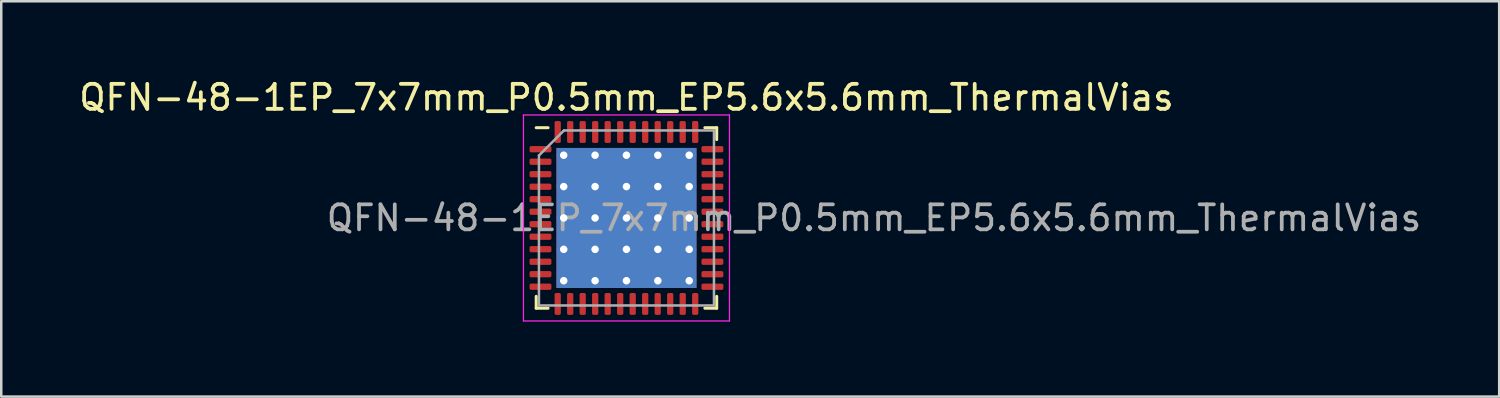
<source format=kicad_pcb>
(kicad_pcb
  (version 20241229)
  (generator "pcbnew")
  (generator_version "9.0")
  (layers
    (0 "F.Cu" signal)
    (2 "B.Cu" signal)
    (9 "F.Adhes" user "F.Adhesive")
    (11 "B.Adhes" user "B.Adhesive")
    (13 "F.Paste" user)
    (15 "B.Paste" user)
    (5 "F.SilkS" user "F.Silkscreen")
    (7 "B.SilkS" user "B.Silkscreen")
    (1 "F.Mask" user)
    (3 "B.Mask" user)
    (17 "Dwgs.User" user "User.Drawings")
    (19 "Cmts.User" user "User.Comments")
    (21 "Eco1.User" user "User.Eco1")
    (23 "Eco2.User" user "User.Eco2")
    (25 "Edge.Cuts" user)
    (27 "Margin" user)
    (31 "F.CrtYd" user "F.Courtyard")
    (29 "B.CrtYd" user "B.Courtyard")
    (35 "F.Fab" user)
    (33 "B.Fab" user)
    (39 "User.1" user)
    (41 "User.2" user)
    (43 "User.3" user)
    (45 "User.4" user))
  (footprint "QFN-48-1EP_7x7mm_P0.5mm_EP5.6x5.6mm_ThermalVias"
    (layer "F.Cu")
    (at 22.006 5.668)
    (property "Reference" "QFN-48-1EP_7x7mm_P0.5mm_EP5.6x5.6mm_ThermalVias" (at 0 -4.82 0) (layer "F.SilkS") (effects (font (size 1 1) (thickness 0.15))))
    (attr smd)
    (fp_line (start -3.61 3.61) (end -3.61 3.135) (stroke (width 0.12) (type solid)) (layer "F.SilkS"))
    (fp_line (start -3.135 -3.61) (end -3.61 -3.61) (stroke (width 0.12) (type solid)) (layer "F.SilkS"))
    (fp_line (start -3.135 3.61) (end -3.61 3.61) (stroke (width 0.12) (type solid)) (layer "F.SilkS"))
    (fp_line (start 3.135 -3.61) (end 3.61 -3.61) (stroke (width 0.12) (type solid)) (layer "F.SilkS"))
    (fp_line (start 3.135 3.61) (end 3.61 3.61) (stroke (width 0.12) (type solid)) (layer "F.SilkS"))
    (fp_line (start 3.61 -3.61) (end 3.61 -3.135) (stroke (width 0.12) (type solid)) (layer "F.SilkS"))
    (fp_line (start 3.61 3.61) (end 3.61 3.135) (stroke (width 0.12) (type solid)) (layer "F.SilkS"))
    (fp_line (start -4.12 -4.12) (end -4.12 4.12) (stroke (width 0.05) (type solid)) (layer "F.CrtYd"))
    (fp_line (start -4.12 4.12) (end 4.12 4.12) (stroke (width 0.05) (type solid)) (layer "F.CrtYd"))
    (fp_line (start 4.12 -4.12) (end -4.12 -4.12) (stroke (width 0.05) (type solid)) (layer "F.CrtYd"))
    (fp_line (start 4.12 4.12) (end 4.12 -4.12) (stroke (width 0.05) (type solid)) (layer "F.CrtYd"))
    (fp_line (start -3.5 -2.5) (end -2.5 -3.5) (stroke (width 0.1) (type solid)) (layer "F.Fab"))
    (fp_line (start -3.5 3.5) (end -3.5 -2.5) (stroke (width 0.1) (type solid)) (layer "F.Fab"))
    (fp_line (start -2.5 -3.5) (end 3.5 -3.5) (stroke (width 0.1) (type solid)) (layer "F.Fab"))
    (fp_line (start 3.5 -3.5) (end 3.5 3.5) (stroke (width 0.1) (type solid)) (layer "F.Fab"))
    (fp_line (start 3.5 3.5) (end -3.5 3.5) (stroke (width 0.1) (type solid)) (layer "F.Fab"))
    (fp_text user "${REFERENCE}" (at 9.9 0 0) (layer "F.Fab") (effects (font (size 1 1) (thickness 0.15))))
    (pad "" smd roundrect (at -1.913 -1.913) (size 0.584 0.584) (layers "F.Paste") (roundrect_rratio 0.231))
    (pad "" smd roundrect (at -1.913 -0.637) (size 0.584 0.584) (layers "F.Paste") (roundrect_rratio 0.231))
    (pad "" smd roundrect (at -1.913 0.637) (size 0.584 0.584) (layers "F.Paste") (roundrect_rratio 0.231))
    (pad "" smd roundrect (at -1.913 1.913) (size 0.584 0.584) (layers "F.Paste") (roundrect_rratio 0.231))
    (pad "" smd roundrect (at -0.637 -1.913) (size 0.584 0.584) (layers "F.Paste") (roundrect_rratio 0.231))
    (pad "" smd roundrect (at -0.637 -0.637) (size 0.584 0.584) (layers "F.Paste") (roundrect_rratio 0.231))
    (pad "" smd roundrect (at -0.637 0.637) (size 0.584 0.584) (layers "F.Paste") (roundrect_rratio 0.231))
    (pad "" smd roundrect (at -0.637 1.913) (size 0.584 0.584) (layers "F.Paste") (roundrect_rratio 0.231))
    (pad "" smd roundrect (at 0.637 -1.913) (size 0.584 0.584) (layers "F.Paste") (roundrect_rratio 0.231))
    (pad "" smd roundrect (at 0.637 -0.637) (size 0.584 0.584) (layers "F.Paste") (roundrect_rratio 0.231))
    (pad "" smd roundrect (at 0.637 0.637) (size 0.584 0.584) (layers "F.Paste") (roundrect_rratio 0.231))
    (pad "" smd roundrect (at 0.637 1.913) (size 0.584 0.584) (layers "F.Paste") (roundrect_rratio 0.231))
    (pad "" smd roundrect (at 1.913 -1.913) (size 0.584 0.584) (layers "F.Paste") (roundrect_rratio 0.231))
    (pad "" smd roundrect (at 1.913 -0.637) (size 0.584 0.584) (layers "F.Paste") (roundrect_rratio 0.231))
    (pad "" smd roundrect (at 1.913 0.637) (size 0.584 0.584) (layers "F.Paste") (roundrect_rratio 0.231))
    (pad "" smd roundrect (at 1.913 1.913) (size 0.584 0.584) (layers "F.Paste") (roundrect_rratio 0.231))
    (pad "1" smd roundrect (at -3.438 -2.75) (size 0.875 0.25) (layers "F.Cu" "F.Mask" "F.Paste") (roundrect_rratio 0.25))
    (pad "2" smd roundrect (at -3.438 -2.25) (size 0.875 0.25) (layers "F.Cu" "F.Mask" "F.Paste") (roundrect_rratio 0.25))
    (pad "3" smd roundrect (at -3.438 -1.75) (size 0.875 0.25) (layers "F.Cu" "F.Mask" "F.Paste") (roundrect_rratio 0.25))
    (pad "4" smd roundrect (at -3.438 -1.25) (size 0.875 0.25) (layers "F.Cu" "F.Mask" "F.Paste") (roundrect_rratio 0.25))
    (pad "5" smd roundrect (at -3.438 -0.75) (size 0.875 0.25) (layers "F.Cu" "F.Mask" "F.Paste") (roundrect_rratio 0.25))
    (pad "6" smd roundrect (at -3.438 -0.25) (size 0.875 0.25) (layers "F.Cu" "F.Mask" "F.Paste") (roundrect_rratio 0.25))
    (pad "7" smd roundrect (at -3.438 0.25) (size 0.875 0.25) (layers "F.Cu" "F.Mask" "F.Paste") (roundrect_rratio 0.25))
    (pad "8" smd roundrect (at -3.438 0.75) (size 0.875 0.25) (layers "F.Cu" "F.Mask" "F.Paste") (roundrect_rratio 0.25))
    (pad "9" smd roundrect (at -3.438 1.25) (size 0.875 0.25) (layers "F.Cu" "F.Mask" "F.Paste") (roundrect_rratio 0.25))
    (pad "10" smd roundrect (at -3.438 1.75) (size 0.875 0.25) (layers "F.Cu" "F.Mask" "F.Paste") (roundrect_rratio 0.25))
    (pad "11" smd roundrect (at -3.438 2.25) (size 0.875 0.25) (layers "F.Cu" "F.Mask" "F.Paste") (roundrect_rratio 0.25))
    (pad "12" smd roundrect (at -3.438 2.75) (size 0.875 0.25) (layers "F.Cu" "F.Mask" "F.Paste") (roundrect_rratio 0.25))
    (pad "13" smd roundrect (at -2.75 3.438) (size 0.25 0.875) (layers "F.Cu" "F.Mask" "F.Paste") (roundrect_rratio 0.25))
    (pad "14" smd roundrect (at -2.25 3.438) (size 0.25 0.875) (layers "F.Cu" "F.Mask" "F.Paste") (roundrect_rratio 0.25))
    (pad "15" smd roundrect (at -1.75 3.438) (size 0.25 0.875) (layers "F.Cu" "F.Mask" "F.Paste") (roundrect_rratio 0.25))
    (pad "16" smd roundrect (at -1.25 3.438) (size 0.25 0.875) (layers "F.Cu" "F.Mask" "F.Paste") (roundrect_rratio 0.25))
    (pad "17" smd roundrect (at -0.75 3.438) (size 0.25 0.875) (layers "F.Cu" "F.Mask" "F.Paste") (roundrect_rratio 0.25))
    (pad "18" smd roundrect (at -0.25 3.438) (size 0.25 0.875) (layers "F.Cu" "F.Mask" "F.Paste") (roundrect_rratio 0.25))
    (pad "19" smd roundrect (at 0.25 3.438) (size 0.25 0.875) (layers "F.Cu" "F.Mask" "F.Paste") (roundrect_rratio 0.25))
    (pad "20" smd roundrect (at 0.75 3.438) (size 0.25 0.875) (layers "F.Cu" "F.Mask" "F.Paste") (roundrect_rratio 0.25))
    (pad "21" smd roundrect (at 1.25 3.438) (size 0.25 0.875) (layers "F.Cu" "F.Mask" "F.Paste") (roundrect_rratio 0.25))
    (pad "22" smd roundrect (at 1.75 3.438) (size 0.25 0.875) (layers "F.Cu" "F.Mask" "F.Paste") (roundrect_rratio 0.25))
    (pad "23" smd roundrect (at 2.25 3.438) (size 0.25 0.875) (layers "F.Cu" "F.Mask" "F.Paste") (roundrect_rratio 0.25))
    (pad "24" smd roundrect (at 2.75 3.438) (size 0.25 0.875) (layers "F.Cu" "F.Mask" "F.Paste") (roundrect_rratio 0.25))
    (pad "25" smd roundrect (at 3.438 2.75) (size 0.875 0.25) (layers "F.Cu" "F.Mask" "F.Paste") (roundrect_rratio 0.25))
    (pad "26" smd roundrect (at 3.438 2.25) (size 0.875 0.25) (layers "F.Cu" "F.Mask" "F.Paste") (roundrect_rratio 0.25))
    (pad "27" smd roundrect (at 3.438 1.75) (size 0.875 0.25) (layers "F.Cu" "F.Mask" "F.Paste") (roundrect_rratio 0.25))
    (pad "28" smd roundrect (at 3.438 1.25) (size 0.875 0.25) (layers "F.Cu" "F.Mask" "F.Paste") (roundrect_rratio 0.25))
    (pad "29" smd roundrect (at 3.438 0.75) (size 0.875 0.25) (layers "F.Cu" "F.Mask" "F.Paste") (roundrect_rratio 0.25))
    (pad "30" smd roundrect (at 3.438 0.25) (size 0.875 0.25) (layers "F.Cu" "F.Mask" "F.Paste") (roundrect_rratio 0.25))
    (pad "31" smd roundrect (at 3.438 -0.25) (size 0.875 0.25) (layers "F.Cu" "F.Mask" "F.Paste") (roundrect_rratio 0.25))
    (pad "32" smd roundrect (at 3.438 -0.75) (size 0.875 0.25) (layers "F.Cu" "F.Mask" "F.Paste") (roundrect_rratio 0.25))
    (pad "33" smd roundrect (at 3.438 -1.25) (size 0.875 0.25) (layers "F.Cu" "F.Mask" "F.Paste") (roundrect_rratio 0.25))
    (pad "34" smd roundrect (at 3.438 -1.75) (size 0.875 0.25) (layers "F.Cu" "F.Mask" "F.Paste") (roundrect_rratio 0.25))
    (pad "35" smd roundrect (at 3.438 -2.25) (size 0.875 0.25) (layers "F.Cu" "F.Mask" "F.Paste") (roundrect_rratio 0.25))
    (pad "36" smd roundrect (at 3.438 -2.75) (size 0.875 0.25) (layers "F.Cu" "F.Mask" "F.Paste") (roundrect_rratio 0.25))
    (pad "37" smd roundrect (at 2.75 -3.438) (size 0.25 0.875) (layers "F.Cu" "F.Mask" "F.Paste") (roundrect_rratio 0.25))
    (pad "38" smd roundrect (at 2.25 -3.438) (size 0.25 0.875) (layers "F.Cu" "F.Mask" "F.Paste") (roundrect_rratio 0.25))
    (pad "39" smd roundrect (at 1.75 -3.438) (size 0.25 0.875) (layers "F.Cu" "F.Mask" "F.Paste") (roundrect_rratio 0.25))
    (pad "40" smd roundrect (at 1.25 -3.438) (size 0.25 0.875) (layers "F.Cu" "F.Mask" "F.Paste") (roundrect_rratio 0.25))
    (pad "41" smd roundrect (at 0.75 -3.438) (size 0.25 0.875) (layers "F.Cu" "F.Mask" "F.Paste") (roundrect_rratio 0.25))
    (pad "42" smd roundrect (at 0.25 -3.438) (size 0.25 0.875) (layers "F.Cu" "F.Mask" "F.Paste") (roundrect_rratio 0.25))
    (pad "43" smd roundrect (at -0.25 -3.438) (size 0.25 0.875) (layers "F.Cu" "F.Mask" "F.Paste") (roundrect_rratio 0.25))
    (pad "44" smd roundrect (at -0.75 -3.438) (size 0.25 0.875) (layers "F.Cu" "F.Mask" "F.Paste") (roundrect_rratio 0.25))
    (pad "45" smd roundrect (at -1.25 -3.438) (size 0.25 0.875) (layers "F.Cu" "F.Mask" "F.Paste") (roundrect_rratio 0.25))
    (pad "46" smd roundrect (at -1.75 -3.438) (size 0.25 0.875) (layers "F.Cu" "F.Mask" "F.Paste") (roundrect_rratio 0.25))
    (pad "47" smd roundrect (at -2.25 -3.438) (size 0.25 0.875) (layers "F.Cu" "F.Mask" "F.Paste") (roundrect_rratio 0.25))
    (pad "48" smd roundrect (at -2.75 -3.438) (size 0.25 0.875) (layers "F.Cu" "F.Mask" "F.Paste") (roundrect_rratio 0.25))
    (pad "49" thru_hole circle (at -2.51 -2.51) (size 0.56 0.56) (drill 0.3) (layers "*.Cu"))
    (pad "49" thru_hole circle (at -2.51 -1.255) (size 0.56 0.56) (drill 0.3) (layers "*.Cu"))
    (pad "49" thru_hole circle (at -2.51 0) (size 0.56 0.56) (drill 0.3) (layers "*.Cu"))
    (pad "49" thru_hole circle (at -2.51 1.255) (size 0.56 0.56) (drill 0.3) (layers "*.Cu"))
    (pad "49" thru_hole circle (at -2.51 2.51) (size 0.56 0.56) (drill 0.3) (layers "*.Cu"))
    (pad "49" thru_hole circle (at -1.255 -2.51) (size 0.56 0.56) (drill 0.3) (layers "*.Cu"))
    (pad "49" thru_hole circle (at -1.255 -1.255) (size 0.56 0.56) (drill 0.3) (layers "*.Cu"))
    (pad "49" thru_hole circle (at -1.255 0 90) (size 0.56 0.56) (drill 0.3) (layers "*.Cu"))
    (pad "49" thru_hole circle (at -1.255 1.255) (size 0.56 0.56) (drill 0.3) (layers "*.Cu"))
    (pad "49" thru_hole circle (at -1.255 2.51) (size 0.56 0.56) (drill 0.3) (layers "*.Cu"))
    (pad "49" thru_hole circle (at 0 -2.51) (size 0.56 0.56) (drill 0.3) (layers "*.Cu"))
    (pad "49" thru_hole circle (at 0 -1.255) (size 0.56 0.56) (drill 0.3) (layers "*.Cu"))
    (pad "49" thru_hole circle (at 0 0) (size 0.56 0.56) (drill 0.3) (layers "*.Cu"))
    (pad "49" smd rect (at 0 0) (size 5.6 5.6) (layers "F.Cu" "F.Mask"))
    (pad "49" smd rect (at 0 0) (size 5.6 5.6) (layers "B.Cu"))
    (pad "49" thru_hole circle (at 0 1.255) (size 0.56 0.56) (drill 0.3) (layers "*.Cu"))
    (pad "49" thru_hole circle (at 0 2.51) (size 0.56 0.56) (drill 0.3) (layers "*.Cu"))
    (pad "49" thru_hole circle (at 1.255 -2.51) (size 0.56 0.56) (drill 0.3) (layers "*.Cu"))
    (pad "49" thru_hole circle (at 1.255 -1.255) (size 0.56 0.56) (drill 0.3) (layers "*.Cu"))
    (pad "49" thru_hole circle (at 1.255 0) (size 0.56 0.56) (drill 0.3) (layers "*.Cu"))
    (pad "49" thru_hole circle (at 1.255 1.255) (size 0.56 0.56) (drill 0.3) (layers "*.Cu"))
    (pad "49" thru_hole circle (at 1.255 2.51) (size 0.56 0.56) (drill 0.3) (layers "*.Cu"))
    (pad "49" thru_hole circle (at 2.51 -2.51) (size 0.56 0.56) (drill 0.3) (layers "*.Cu"))
    (pad "49" thru_hole circle (at 2.51 -1.255) (size 0.56 0.56) (drill 0.3) (layers "*.Cu"))
    (pad "49" thru_hole circle (at 2.51 0) (size 0.56 0.56) (drill 0.3) (layers "*.Cu"))
    (pad "49" thru_hole circle (at 2.51 1.255) (size 0.56 0.56) (drill 0.3) (layers "*.Cu"))
    (pad "49" thru_hole circle (at 2.51 2.51) (size 0.56 0.56) (drill 0.3) (layers "*.Cu")))
  (gr_rect
    (start -3 -3)
    (end 56.912 12.813)
    (stroke (width 0.1) (type default))
    (fill no)
    (layer "Edge.Cuts")))
</source>
